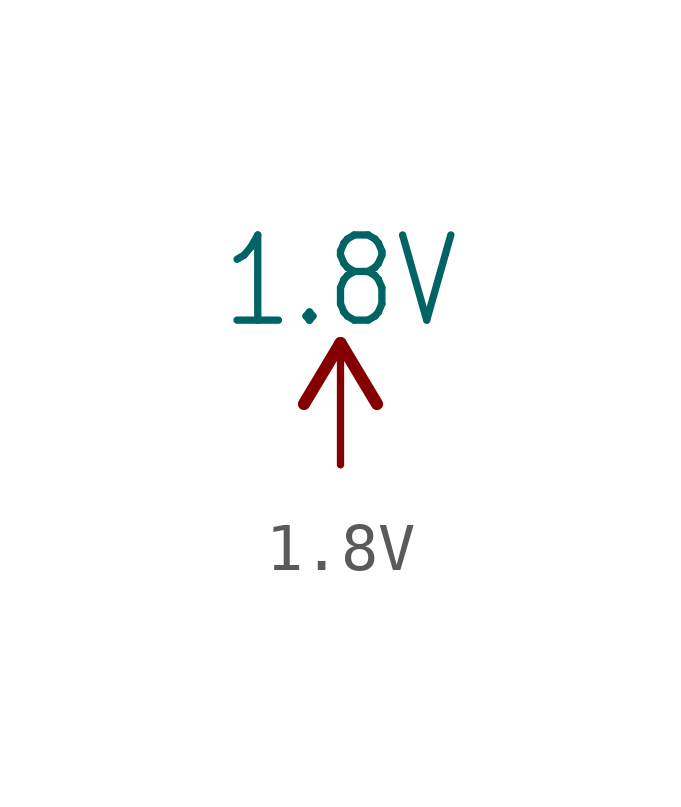
<source format=kicad_sym>
(kicad_symbol_lib
  (version 20211014)
  (generator kicad_symbol_editor)
  (symbol "1.8V"
    (power)
    (property "Reference" "#SUPPLY"
      (at 0 0 0)
      (effects (font (size 1.27 1.27)) hide))
    (property "Value" "1.8V"
      (at 0 2.794 0)
      (effects (font (size 1.778 1.511)) (justify bottom)))
    (property "ki_locked" ""
      (at 0 0 0)
      (effects (font (size 1.27 1.27))))
    (symbol "1.8V_1_0"
      (polyline (pts (xy 0 2.54) (xy -0.762 1.27)) (stroke (width 0.254) (type default) (color 0 0 0 0)) (fill (type none)))
      (polyline (pts (xy 0.762 1.27) (xy 0 2.54)) (stroke (width 0.254) (type default) (color 0 0 0 0)) (fill (type none)))
      (pin power_in line (at 0 0 90) (length 2.54) (name "1.8V" (effects (font (size 0 0)))) (number "1" (effects (font (size 0 0))))))))
</source>
